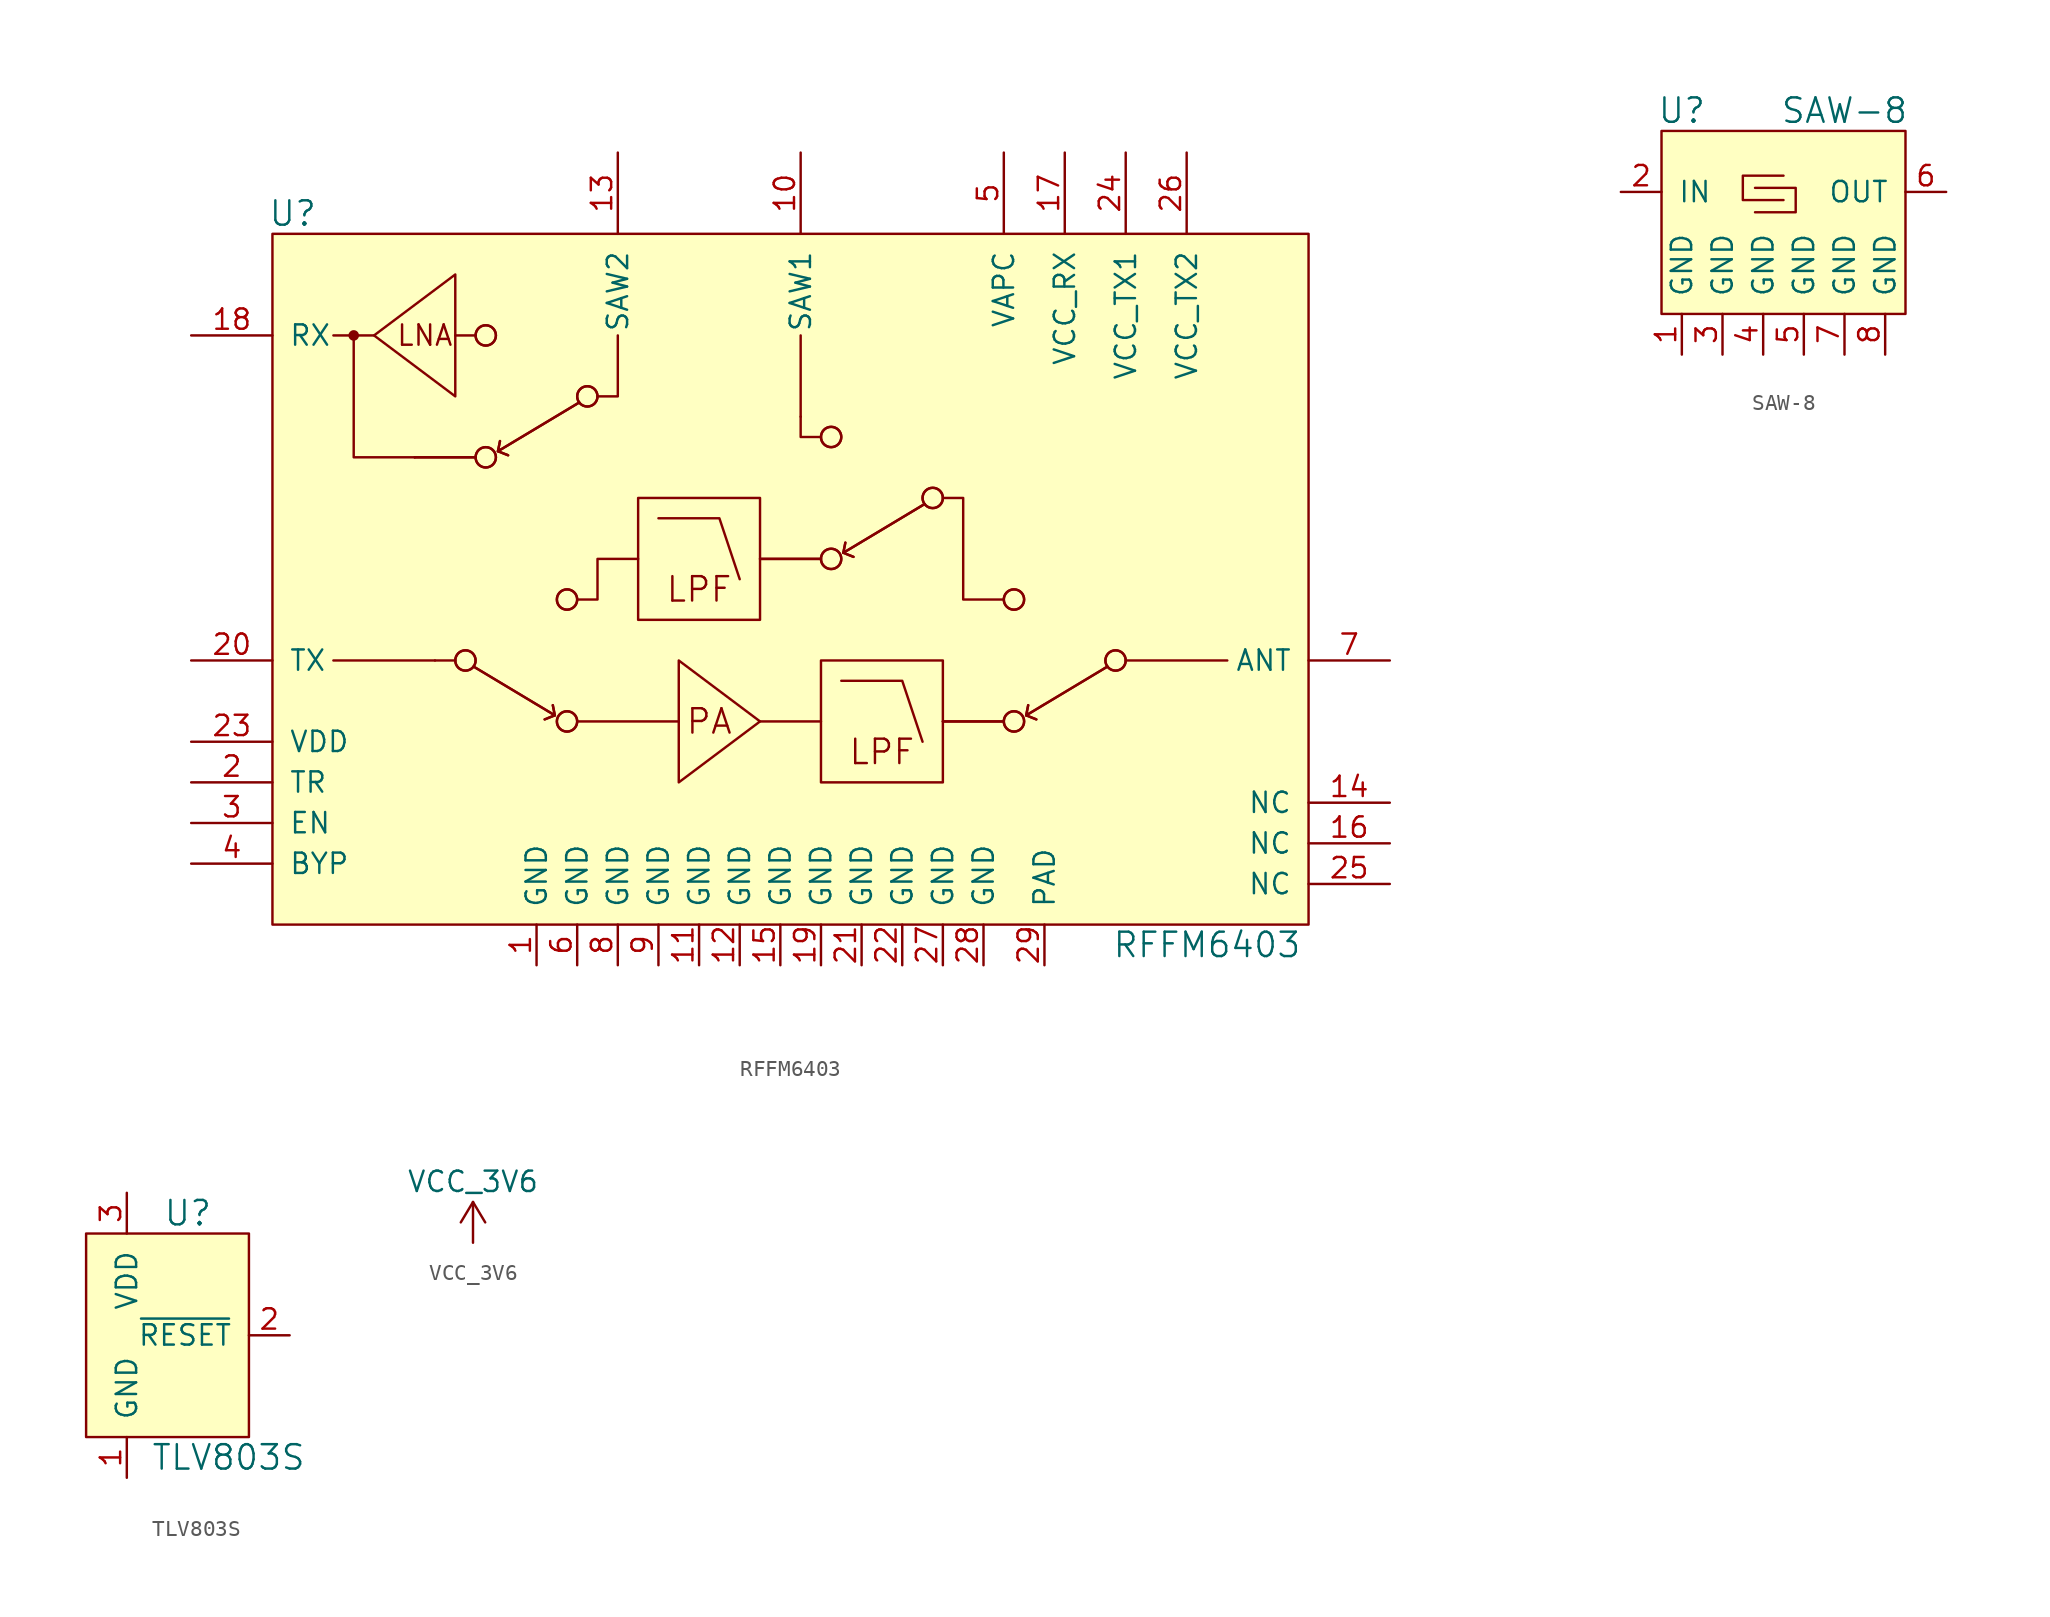
<source format=kicad_sym>
(kicad_symbol_lib
  (version 20211014)
  (generator kicad_symbol_editor)
  (symbol "RFFM6403"
    (pin_names
      (offset 1.016))
    (property "Reference" "U"
      (at -30.48 22.86 0)
      (effects (font (size 1.524 1.524))))
    (property "Value" "RFFM6403"
      (at 26.67 -22.86 0)
      (effects (font (size 1.524 1.524))))
    (symbol "RFFM6403_0_0"
      (rectangle (start -31.75 21.59) (end 33.02 -21.59) (stroke (width 0) (type default) (color 0 0 0 0)) (fill (type background)))
      (circle (center -26.67 15.24) (radius 0.254) (stroke (width 0) (type default) (color 0 0 0 0)) (fill (type outline)))
      (polyline (pts (xy -25.4 15.24) (xy -27.94 15.24)) (stroke (width 0) (type default) (color 0 0 0 0)) (fill (type none)))
      (polyline (pts (xy -22.86 7.62) (xy -19.05 7.62)) (stroke (width 0) (type default) (color 0 0 0 0)) (fill (type none)))
      (polyline (pts (xy -22.86 7.62) (xy -19.05 7.62)) (stroke (width 0) (type default) (color 0 0 0 0)) (fill (type none)))
      (polyline (pts (xy -21.59 -5.08) (xy -27.94 -5.08)) (stroke (width 0) (type default) (color 0 0 0 0)) (fill (type none)))
      (polyline (pts (xy -20.32 15.24) (xy -19.05 15.24)) (stroke (width 0) (type default) (color 0 0 0 0)) (fill (type none)))
      (polyline (pts (xy -1.27 -8.89) (xy 2.54 -8.89)) (stroke (width 0) (type default) (color 0 0 0 0)) (fill (type none)))
      (polyline (pts (xy -1.27 1.27) (xy 2.54 1.27)) (stroke (width 0) (type default) (color 0 0 0 0)) (fill (type none)))
      (polyline (pts (xy -1.27 1.27) (xy 2.54 1.27)) (stroke (width 0) (type default) (color 0 0 0 0)) (fill (type none)))
      (polyline (pts (xy 1.27 10.16) (xy 1.27 15.24)) (stroke (width 0) (type default) (color 0 0 0 0)) (fill (type none)))
      (polyline (pts (xy 10.16 -8.89) (xy 13.97 -8.89)) (stroke (width 0) (type default) (color 0 0 0 0)) (fill (type none)))
      (polyline (pts (xy 10.16 -8.89) (xy 13.97 -8.89)) (stroke (width 0) (type default) (color 0 0 0 0)) (fill (type none)))
      (polyline (pts (xy -22.86 7.62) (xy -26.67 7.62) (xy -26.67 15.24)) (stroke (width 0) (type default) (color 0 0 0 0)) (fill (type none)))
      (polyline (pts (xy -11.43 11.43) (xy -10.16 11.43) (xy -10.16 15.24)) (stroke (width 0) (type default) (color 0 0 0 0)) (fill (type none)))
      (polyline (pts (xy 2.54 8.89) (xy 1.27 8.89) (xy 1.27 10.16)) (stroke (width 0) (type default) (color 0 0 0 0)) (fill (type none)))
      (text "LNA" (at -22.225 15.24 0) (effects (font (size 1.27 1.27))))
      (text "LPF" (at -5.08 -0.635 0) (effects (font (size 1.524 1.524))))
      (text "LPF" (at 6.35 -10.795 0) (effects (font (size 1.524 1.524))))
      (text "PA" (at -4.445 -8.89 0) (effects (font (size 1.524 1.524)))))
    (symbol "RFFM6403_0_1"
      (circle (center -19.685 -5.08) (radius 0.635) (stroke (width 0) (type default) (color 0 0 0 0)) (fill (type none)))
      (circle (center -19.685 -5.08) (radius 0.635) (stroke (width 0) (type default) (color 0 0 0 0)) (fill (type none)))
      (circle (center -18.415 7.62) (radius 0.635) (stroke (width 0) (type default) (color 0 0 0 0)) (fill (type none)))
      (circle (center -18.415 7.62) (radius 0.635) (stroke (width 0) (type default) (color 0 0 0 0)) (fill (type none)))
      (circle (center -18.415 15.24) (radius 0.635) (stroke (width 0) (type default) (color 0 0 0 0)) (fill (type none)))
      (circle (center -18.415 15.24) (radius 0.635) (stroke (width 0) (type default) (color 0 0 0 0)) (fill (type none)))
      (circle (center -13.335 -8.89) (radius 0.635) (stroke (width 0) (type default) (color 0 0 0 0)) (fill (type none)))
      (circle (center -13.335 -8.89) (radius 0.635) (stroke (width 0) (type default) (color 0 0 0 0)) (fill (type none)))
      (circle (center -13.335 -1.27) (radius 0.635) (stroke (width 0) (type default) (color 0 0 0 0)) (fill (type none)))
      (circle (center -13.335 -1.27) (radius 0.635) (stroke (width 0) (type default) (color 0 0 0 0)) (fill (type none)))
      (circle (center -12.065 11.43) (radius 0.635) (stroke (width 0) (type default) (color 0 0 0 0)) (fill (type none)))
      (circle (center -12.065 11.43) (radius 0.635) (stroke (width 0) (type default) (color 0 0 0 0)) (fill (type none)))
      (rectangle (start -8.89 5.08) (end -1.27 -2.54) (stroke (width 0) (type default) (color 0 0 0 0)) (fill (type none)))
      (polyline (pts (xy -20.32 -5.08) (xy -21.59 -5.08)) (stroke (width 0) (type default) (color 0 0 0 0)) (fill (type none)))
      (polyline (pts (xy -17.653 8.001) (xy -17.018 7.747)) (stroke (width 0) (type default) (color 0 0 0 0)) (fill (type none)))
      (polyline (pts (xy -17.653 8.001) (xy -17.018 7.747)) (stroke (width 0) (type default) (color 0 0 0 0)) (fill (type none)))
      (polyline (pts (xy -14.097 -8.509) (xy -14.732 -8.763)) (stroke (width 0) (type default) (color 0 0 0 0)) (fill (type none)))
      (polyline (pts (xy -14.097 -8.509) (xy -14.732 -8.763)) (stroke (width 0) (type default) (color 0 0 0 0)) (fill (type none)))
      (polyline (pts (xy -12.7 -8.89) (xy -6.35 -8.89)) (stroke (width 0) (type default) (color 0 0 0 0)) (fill (type none)))
      (polyline (pts (xy 3.937 1.651) (xy 4.572 1.397)) (stroke (width 0) (type default) (color 0 0 0 0)) (fill (type none)))
      (polyline (pts (xy 3.937 1.651) (xy 4.572 1.397)) (stroke (width 0) (type default) (color 0 0 0 0)) (fill (type none)))
      (polyline (pts (xy 15.367 -8.509) (xy 16.002 -8.763)) (stroke (width 0) (type default) (color 0 0 0 0)) (fill (type none)))
      (polyline (pts (xy 15.367 -8.509) (xy 16.002 -8.763)) (stroke (width 0) (type default) (color 0 0 0 0)) (fill (type none)))
      (polyline (pts (xy 21.59 -5.08) (xy 27.94 -5.08)) (stroke (width 0) (type default) (color 0 0 0 0)) (fill (type none)))
      (polyline (pts (xy -19.177 -5.461) (xy -14.097 -8.509) (xy -14.224 -7.874)) (stroke (width 0) (type default) (color 0 0 0 0)) (fill (type none)))
      (polyline (pts (xy -19.177 -5.461) (xy -14.097 -8.509) (xy -14.224 -7.874)) (stroke (width 0) (type default) (color 0 0 0 0)) (fill (type none)))
      (polyline (pts (xy -12.573 11.049) (xy -17.653 8.001) (xy -17.526 8.636)) (stroke (width 0) (type default) (color 0 0 0 0)) (fill (type none)))
      (polyline (pts (xy -12.573 11.049) (xy -17.653 8.001) (xy -17.526 8.636)) (stroke (width 0) (type default) (color 0 0 0 0)) (fill (type none)))
      (polyline (pts (xy -7.62 3.81) (xy -3.81 3.81) (xy -2.54 0)) (stroke (width 0) (type default) (color 0 0 0 0)) (fill (type none)))
      (polyline (pts (xy 3.81 -6.35) (xy 7.62 -6.35) (xy 8.89 -10.16)) (stroke (width 0) (type default) (color 0 0 0 0)) (fill (type none)))
      (polyline (pts (xy 9.017 4.699) (xy 3.937 1.651) (xy 4.064 2.286)) (stroke (width 0) (type default) (color 0 0 0 0)) (fill (type none)))
      (polyline (pts (xy 9.017 4.699) (xy 3.937 1.651) (xy 4.064 2.286)) (stroke (width 0) (type default) (color 0 0 0 0)) (fill (type none)))
      (polyline (pts (xy 20.447 -5.461) (xy 15.367 -8.509) (xy 15.494 -7.874)) (stroke (width 0) (type default) (color 0 0 0 0)) (fill (type none)))
      (polyline (pts (xy 20.447 -5.461) (xy 15.367 -8.509) (xy 15.494 -7.874)) (stroke (width 0) (type default) (color 0 0 0 0)) (fill (type none)))
      (polyline (pts (xy -20.32 11.43) (xy -20.32 19.05) (xy -25.4 15.24) (xy -20.32 11.43)) (stroke (width 0) (type default) (color 0 0 0 0)) (fill (type none)))
      (polyline (pts (xy -12.7 -1.27) (xy -11.43 -1.27) (xy -11.43 1.27) (xy -8.89 1.27)) (stroke (width 0) (type default) (color 0 0 0 0)) (fill (type none)))
      (polyline (pts (xy -6.35 -12.7) (xy -6.35 -5.08) (xy -1.27 -8.89) (xy -6.35 -12.7)) (stroke (width 0) (type default) (color 0 0 0 0)) (fill (type none)))
      (polyline (pts (xy 13.97 -1.27) (xy 11.43 -1.27) (xy 11.43 5.08) (xy 10.16 5.08)) (stroke (width 0) (type default) (color 0 0 0 0)) (fill (type none)))
      (rectangle (start 2.54 -5.08) (end 10.16 -12.7) (stroke (width 0) (type default) (color 0 0 0 0)) (fill (type none)))
      (circle (center 3.175 1.27) (radius 0.635) (stroke (width 0) (type default) (color 0 0 0 0)) (fill (type none)))
      (circle (center 3.175 1.27) (radius 0.635) (stroke (width 0) (type default) (color 0 0 0 0)) (fill (type none)))
      (circle (center 3.175 8.89) (radius 0.635) (stroke (width 0) (type default) (color 0 0 0 0)) (fill (type none)))
      (circle (center 3.175 8.89) (radius 0.635) (stroke (width 0) (type default) (color 0 0 0 0)) (fill (type none)))
      (circle (center 9.525 5.08) (radius 0.635) (stroke (width 0) (type default) (color 0 0 0 0)) (fill (type none)))
      (circle (center 9.525 5.08) (radius 0.635) (stroke (width 0) (type default) (color 0 0 0 0)) (fill (type none)))
      (circle (center 14.605 -8.89) (radius 0.635) (stroke (width 0) (type default) (color 0 0 0 0)) (fill (type none)))
      (circle (center 14.605 -8.89) (radius 0.635) (stroke (width 0) (type default) (color 0 0 0 0)) (fill (type none)))
      (circle (center 14.605 -1.27) (radius 0.635) (stroke (width 0) (type default) (color 0 0 0 0)) (fill (type none)))
      (circle (center 14.605 -1.27) (radius 0.635) (stroke (width 0) (type default) (color 0 0 0 0)) (fill (type none)))
      (circle (center 20.955 -5.08) (radius 0.635) (stroke (width 0) (type default) (color 0 0 0 0)) (fill (type none)))
      (circle (center 20.955 -5.08) (radius 0.635) (stroke (width 0) (type default) (color 0 0 0 0)) (fill (type none))))
    (symbol "RFFM6403_1_1"
      (pin passive line (at -15.24 -24.13 90) (length 2.54) (name "GND" (effects (font (size 1.27 1.27)))) (number "1" (effects (font (size 1.27 1.27)))))
      (pin passive line (at 1.27 26.67 270) (length 5.08) (name "SAW1" (effects (font (size 1.27 1.27)))) (number "10" (effects (font (size 1.27 1.27)))))
      (pin passive line (at -5.08 -24.13 90) (length 2.54) (name "GND" (effects (font (size 1.27 1.27)))) (number "11" (effects (font (size 1.27 1.27)))))
      (pin passive line (at -2.54 -24.13 90) (length 2.54) (name "GND" (effects (font (size 1.27 1.27)))) (number "12" (effects (font (size 1.27 1.27)))))
      (pin passive line (at -10.16 26.67 270) (length 5.08) (name "SAW2" (effects (font (size 1.27 1.27)))) (number "13" (effects (font (size 1.27 1.27)))))
      (pin passive line (at 38.1 -13.97 180) (length 5.08) (name "NC" (effects (font (size 1.27 1.27)))) (number "14" (effects (font (size 1.27 1.27)))))
      (pin passive line (at 0 -24.13 90) (length 2.54) (name "GND" (effects (font (size 1.27 1.27)))) (number "15" (effects (font (size 1.27 1.27)))))
      (pin passive line (at 38.1 -16.51 180) (length 5.08) (name "NC" (effects (font (size 1.27 1.27)))) (number "16" (effects (font (size 1.27 1.27)))))
      (pin passive line (at 17.78 26.67 270) (length 5.08) (name "VCC_RX" (effects (font (size 1.27 1.27)))) (number "17" (effects (font (size 1.27 1.27)))))
      (pin passive line (at -36.83 15.24 0) (length 5.08) (name "RX" (effects (font (size 1.27 1.27)))) (number "18" (effects (font (size 1.27 1.27)))))
      (pin passive line (at 2.54 -24.13 90) (length 2.54) (name "GND" (effects (font (size 1.27 1.27)))) (number "19" (effects (font (size 1.27 1.27)))))
      (pin passive line (at -36.83 -12.7 0) (length 5.08) (name "TR" (effects (font (size 1.27 1.27)))) (number "2" (effects (font (size 1.27 1.27)))))
      (pin passive line (at -36.83 -5.08 0) (length 5.08) (name "TX" (effects (font (size 1.27 1.27)))) (number "20" (effects (font (size 1.27 1.27)))))
      (pin passive line (at 5.08 -24.13 90) (length 2.54) (name "GND" (effects (font (size 1.27 1.27)))) (number "21" (effects (font (size 1.27 1.27)))))
      (pin passive line (at 7.62 -24.13 90) (length 2.54) (name "GND" (effects (font (size 1.27 1.27)))) (number "22" (effects (font (size 1.27 1.27)))))
      (pin passive line (at -36.83 -10.16 0) (length 5.08) (name "VDD" (effects (font (size 1.27 1.27)))) (number "23" (effects (font (size 1.27 1.27)))))
      (pin passive line (at 21.59 26.67 270) (length 5.08) (name "VCC_TX1" (effects (font (size 1.27 1.27)))) (number "24" (effects (font (size 1.27 1.27)))))
      (pin passive line (at 38.1 -19.05 180) (length 5.08) (name "NC" (effects (font (size 1.27 1.27)))) (number "25" (effects (font (size 1.27 1.27)))))
      (pin passive line (at 25.4 26.67 270) (length 5.08) (name "VCC_TX2" (effects (font (size 1.27 1.27)))) (number "26" (effects (font (size 1.27 1.27)))))
      (pin passive line (at 10.16 -24.13 90) (length 2.54) (name "GND" (effects (font (size 1.27 1.27)))) (number "27" (effects (font (size 1.27 1.27)))))
      (pin passive line (at 12.7 -24.13 90) (length 2.54) (name "GND" (effects (font (size 1.27 1.27)))) (number "28" (effects (font (size 1.27 1.27)))))
      (pin passive line (at 16.51 -24.13 90) (length 2.54) (name "PAD" (effects (font (size 1.27 1.27)))) (number "29" (effects (font (size 1.27 1.27)))))
      (pin passive line (at -36.83 -15.24 0) (length 5.08) (name "EN" (effects (font (size 1.27 1.27)))) (number "3" (effects (font (size 1.27 1.27)))))
      (pin passive line (at -36.83 -17.78 0) (length 5.08) (name "BYP" (effects (font (size 1.27 1.27)))) (number "4" (effects (font (size 1.27 1.27)))))
      (pin passive line (at 13.97 26.67 270) (length 5.08) (name "VAPC" (effects (font (size 1.27 1.27)))) (number "5" (effects (font (size 1.27 1.27)))))
      (pin passive line (at -12.7 -24.13 90) (length 2.54) (name "GND" (effects (font (size 1.27 1.27)))) (number "6" (effects (font (size 1.27 1.27)))))
      (pin passive line (at 38.1 -5.08 180) (length 5.08) (name "ANT" (effects (font (size 1.27 1.27)))) (number "7" (effects (font (size 1.27 1.27)))))
      (pin passive line (at -10.16 -24.13 90) (length 2.54) (name "GND" (effects (font (size 1.27 1.27)))) (number "8" (effects (font (size 1.27 1.27)))))
      (pin passive line (at -7.62 -24.13 90) (length 2.54) (name "GND" (effects (font (size 1.27 1.27)))) (number "9" (effects (font (size 1.27 1.27)))))))
  (symbol "SAW-8"
    (pin_names
      (offset 1.016))
    (property "Reference" "U"
      (at -6.35 6.35 0)
      (effects (font (size 1.524 1.524))))
    (property "Value" "SAW-8"
      (at 3.81 6.35 0)
      (effects (font (size 1.524 1.524))))
    (symbol "SAW-8_0_1"
      (rectangle (start -7.62 -6.35) (end 7.62 5.08) (stroke (width 0) (type default) (color 0 0 0 0)) (fill (type background)))
      (polyline (pts (xy -1.778 1.524) (xy 0.762 1.524) (xy 0.762 0) (xy -1.778 0)) (stroke (width 0) (type default) (color 0 0 0 0)) (fill (type none)))
      (polyline (pts (xy 0 2.286) (xy -2.54 2.286) (xy -2.54 0.762) (xy 0 0.762)) (stroke (width 0) (type default) (color 0 0 0 0)) (fill (type none))))
    (symbol "SAW-8_1_1"
      (pin passive line (at -6.35 -8.89 90) (length 2.54) (name "GND" (effects (font (size 1.27 1.27)))) (number "1" (effects (font (size 1.27 1.27)))))
      (pin passive line (at -10.16 1.27 0) (length 2.54) (name "IN" (effects (font (size 1.27 1.27)))) (number "2" (effects (font (size 1.27 1.27)))))
      (pin passive line (at -3.81 -8.89 90) (length 2.54) (name "GND" (effects (font (size 1.27 1.27)))) (number "3" (effects (font (size 1.27 1.27)))))
      (pin passive line (at -1.27 -8.89 90) (length 2.54) (name "GND" (effects (font (size 1.27 1.27)))) (number "4" (effects (font (size 1.27 1.27)))))
      (pin passive line (at 1.27 -8.89 90) (length 2.54) (name "GND" (effects (font (size 1.27 1.27)))) (number "5" (effects (font (size 1.27 1.27)))))
      (pin passive line (at 10.16 1.27 180) (length 2.54) (name "OUT" (effects (font (size 1.27 1.27)))) (number "6" (effects (font (size 1.27 1.27)))))
      (pin passive line (at 3.81 -8.89 90) (length 2.54) (name "GND" (effects (font (size 1.27 1.27)))) (number "7" (effects (font (size 1.27 1.27)))))
      (pin passive line (at 6.35 -8.89 90) (length 2.54) (name "GND" (effects (font (size 1.27 1.27)))) (number "8" (effects (font (size 1.27 1.27)))))))
  (symbol "TLV803S"
    (pin_names
      (offset 1.016))
    (property "Reference" "U"
      (at 3.81 7.62 0)
      (effects (font (size 1.524 1.524))))
    (property "Value" "TLV803S"
      (at 6.35 -7.62 0)
      (effects (font (size 1.524 1.524))))
    (symbol "TLV803S_0_0"
      (rectangle (start -2.54 6.35) (end 7.62 -6.35) (stroke (width 0) (type default) (color 0 0 0 0)) (fill (type background))))
    (symbol "TLV803S_1_1"
      (pin passive line (at 0 -8.89 90) (length 2.54) (name "GND" (effects (font (size 1.27 1.27)))) (number "1" (effects (font (size 1.27 1.27)))))
      (pin passive line (at 10.16 0 180) (length 2.54) (name "~{RESET}" (effects (font (size 1.27 1.27)))) (number "2" (effects (font (size 1.27 1.27)))))
      (pin passive line (at 0 8.89 270) (length 2.54) (name "VDD" (effects (font (size 1.27 1.27)))) (number "3" (effects (font (size 1.27 1.27)))))))
  (symbol "VCC_3V6"
    (power)
    (pin_names
      (offset 0))
    (property "Reference" "#PWR"
      (at 0 -3.81 0)
      (effects (font (size 1.27 1.27)) hide))
    (property "Value" "VCC_3V6"
      (at 0 3.81 0)
      (effects (font (size 1.27 1.27))))
    (symbol "VCC_3V6_0_1"
      (polyline (pts (xy -0.762 1.27) (xy 0 2.54)) (stroke (width 0) (type default) (color 0 0 0 0)) (fill (type none)))
      (polyline (pts (xy 0 0) (xy 0 2.54)) (stroke (width 0) (type default) (color 0 0 0 0)) (fill (type none)))
      (polyline (pts (xy 0 2.54) (xy 0.762 1.27)) (stroke (width 0) (type default) (color 0 0 0 0)) (fill (type none))))
    (symbol "VCC_3V6_1_1"
      (pin power_in line (at 0 0 90) (length 0) hide (name "VCC_3V6" (effects (font (size 1.27 1.27)))) (number "1" (effects (font (size 1.27 1.27))))))))
</source>
